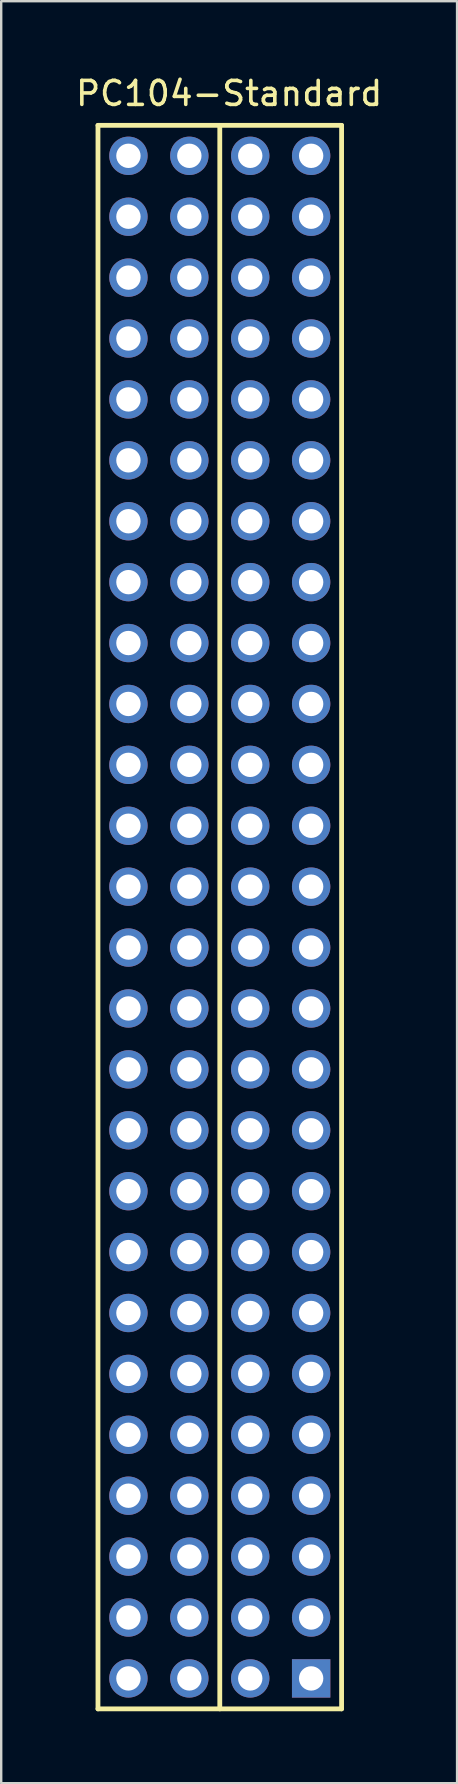
<source format=kicad_pcb>
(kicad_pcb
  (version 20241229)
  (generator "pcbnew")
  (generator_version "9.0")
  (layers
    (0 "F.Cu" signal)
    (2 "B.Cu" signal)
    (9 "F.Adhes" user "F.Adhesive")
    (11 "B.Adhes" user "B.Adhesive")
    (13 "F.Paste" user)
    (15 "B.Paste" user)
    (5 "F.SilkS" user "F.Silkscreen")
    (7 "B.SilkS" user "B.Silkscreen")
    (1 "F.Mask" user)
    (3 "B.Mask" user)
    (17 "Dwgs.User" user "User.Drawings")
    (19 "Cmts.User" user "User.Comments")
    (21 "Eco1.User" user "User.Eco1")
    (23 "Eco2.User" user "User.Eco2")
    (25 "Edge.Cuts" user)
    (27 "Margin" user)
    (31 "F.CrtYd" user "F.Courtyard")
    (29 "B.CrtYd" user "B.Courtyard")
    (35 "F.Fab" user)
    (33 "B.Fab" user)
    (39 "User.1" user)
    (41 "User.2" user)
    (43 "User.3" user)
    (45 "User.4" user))
  (footprint "PC104-Standard"
    (layer "F.Cu")
    (at 6.126 1.358)
    (property "Reference" "PC104-Standard" (at 0.38 -0.51 0) (layer "F.SilkS") (effects (font (size 1 1) (thickness 0.15))))
    (attr through_hole)
    (fp_line (start -5.09 0.82) (end 5.07 0.82) (stroke (width 0.2) (type solid)) (layer "F.SilkS"))
    (fp_line (start -5.09 66.86) (end -5.09 0.82) (stroke (width 0.2) (type solid)) (layer "F.SilkS"))
    (fp_line (start -0.01 0.82) (end -0.01 66.86) (stroke (width 0.2) (type solid)) (layer "F.SilkS"))
    (fp_line (start 5.07 0.82) (end 5.07 66.86) (stroke (width 0.2) (type solid)) (layer "F.SilkS"))
    (fp_line (start 5.07 66.86) (end -5.09 66.86) (stroke (width 0.2) (type solid)) (layer "F.SilkS"))
    (pad "1" thru_hole rect (at 3.8 65.59) (size 1.6 1.6) (drill 1.016) (layers "*.Cu" "*.Mask"))
    (pad "2" thru_hole circle (at 1.26 65.59) (size 1.6 1.6) (drill 1.016) (layers "*.Cu" "*.Mask"))
    (pad "3" thru_hole circle (at 3.8 63.05) (size 1.6 1.6) (drill 1.016) (layers "*.Cu" "*.Mask"))
    (pad "4" thru_hole circle (at 1.26 63.05) (size 1.6 1.6) (drill 1.016) (layers "*.Cu" "*.Mask"))
    (pad "5" thru_hole circle (at 3.8 60.51) (size 1.6 1.6) (drill 1.016) (layers "*.Cu" "*.Mask"))
    (pad "6" thru_hole circle (at 1.26 60.51) (size 1.6 1.6) (drill 1.016) (layers "*.Cu" "*.Mask"))
    (pad "7" thru_hole circle (at 3.8 57.97) (size 1.6 1.6) (drill 1.016) (layers "*.Cu" "*.Mask"))
    (pad "8" thru_hole circle (at 1.26 57.97) (size 1.6 1.6) (drill 1.016) (layers "*.Cu" "*.Mask"))
    (pad "9" thru_hole circle (at 3.8 55.43) (size 1.6 1.6) (drill 1.016) (layers "*.Cu" "*.Mask"))
    (pad "10" thru_hole circle (at 1.26 55.43) (size 1.6 1.6) (drill 1.016) (layers "*.Cu" "*.Mask"))
    (pad "11" thru_hole circle (at 3.8 52.89) (size 1.6 1.6) (drill 1.016) (layers "*.Cu" "*.Mask"))
    (pad "12" thru_hole circle (at 1.26 52.89) (size 1.6 1.6) (drill 1.016) (layers "*.Cu" "*.Mask"))
    (pad "13" thru_hole circle (at 3.8 50.35) (size 1.6 1.6) (drill 1.016) (layers "*.Cu" "*.Mask"))
    (pad "14" thru_hole circle (at 1.26 50.35) (size 1.6 1.6) (drill 1.016) (layers "*.Cu" "*.Mask"))
    (pad "15" thru_hole circle (at 3.8 47.81) (size 1.6 1.6) (drill 1.016) (layers "*.Cu" "*.Mask"))
    (pad "16" thru_hole circle (at 1.26 47.81) (size 1.6 1.6) (drill 1.016) (layers "*.Cu" "*.Mask"))
    (pad "17" thru_hole circle (at 3.8 45.27) (size 1.6 1.6) (drill 1.016) (layers "*.Cu" "*.Mask"))
    (pad "18" thru_hole circle (at 1.26 45.27) (size 1.6 1.6) (drill 1.016) (layers "*.Cu" "*.Mask"))
    (pad "19" thru_hole circle (at 3.8 42.73) (size 1.6 1.6) (drill 1.016) (layers "*.Cu" "*.Mask"))
    (pad "20" thru_hole circle (at 1.26 42.73) (size 1.6 1.6) (drill 1.016) (layers "*.Cu" "*.Mask"))
    (pad "21" thru_hole circle (at 3.8 40.19) (size 1.6 1.6) (drill 1.016) (layers "*.Cu" "*.Mask"))
    (pad "22" thru_hole circle (at 1.26 40.19) (size 1.6 1.6) (drill 1.016) (layers "*.Cu" "*.Mask"))
    (pad "23" thru_hole circle (at 3.8 37.65) (size 1.6 1.6) (drill 1.016) (layers "*.Cu" "*.Mask"))
    (pad "24" thru_hole circle (at 1.26 37.65) (size 1.6 1.6) (drill 1.016) (layers "*.Cu" "*.Mask"))
    (pad "25" thru_hole circle (at 3.8 35.11) (size 1.6 1.6) (drill 1.016) (layers "*.Cu" "*.Mask"))
    (pad "26" thru_hole circle (at 1.26 35.11) (size 1.6 1.6) (drill 1.016) (layers "*.Cu" "*.Mask"))
    (pad "27" thru_hole circle (at 3.8 32.57) (size 1.6 1.6) (drill 1.016) (layers "*.Cu" "*.Mask"))
    (pad "28" thru_hole circle (at 1.26 32.57) (size 1.6 1.6) (drill 1.016) (layers "*.Cu" "*.Mask"))
    (pad "29" thru_hole circle (at 3.8 30.03) (size 1.6 1.6) (drill 1.016) (layers "*.Cu" "*.Mask"))
    (pad "30" thru_hole circle (at 1.26 30.03) (size 1.6 1.6) (drill 1.016) (layers "*.Cu" "*.Mask"))
    (pad "31" thru_hole circle (at 3.8 27.49) (size 1.6 1.6) (drill 1.016) (layers "*.Cu" "*.Mask"))
    (pad "32" thru_hole circle (at 1.26 27.49) (size 1.6 1.6) (drill 1.016) (layers "*.Cu" "*.Mask"))
    (pad "33" thru_hole circle (at 3.8 24.95) (size 1.6 1.6) (drill 1.016) (layers "*.Cu" "*.Mask"))
    (pad "34" thru_hole circle (at 1.26 24.95) (size 1.6 1.6) (drill 1.016) (layers "*.Cu" "*.Mask"))
    (pad "35" thru_hole circle (at 3.8 22.41) (size 1.6 1.6) (drill 1.016) (layers "*.Cu" "*.Mask"))
    (pad "36" thru_hole circle (at 1.26 22.41) (size 1.6 1.6) (drill 1.016) (layers "*.Cu" "*.Mask"))
    (pad "37" thru_hole circle (at 3.8 19.87) (size 1.6 1.6) (drill 1.016) (layers "*.Cu" "*.Mask"))
    (pad "38" thru_hole circle (at 1.26 19.87) (size 1.6 1.6) (drill 1.016) (layers "*.Cu" "*.Mask"))
    (pad "39" thru_hole circle (at 3.8 17.33) (size 1.6 1.6) (drill 1.016) (layers "*.Cu" "*.Mask"))
    (pad "40" thru_hole circle (at 1.26 17.33) (size 1.6 1.6) (drill 1.016) (layers "*.Cu" "*.Mask"))
    (pad "41" thru_hole circle (at 3.8 14.79) (size 1.6 1.6) (drill 1.016) (layers "*.Cu" "*.Mask"))
    (pad "42" thru_hole circle (at 1.26 14.79) (size 1.6 1.6) (drill 1.016) (layers "*.Cu" "*.Mask"))
    (pad "43" thru_hole circle (at 3.8 12.25) (size 1.6 1.6) (drill 1.016) (layers "*.Cu" "*.Mask"))
    (pad "44" thru_hole circle (at 1.26 12.25) (size 1.6 1.6) (drill 1.016) (layers "*.Cu" "*.Mask"))
    (pad "45" thru_hole circle (at 3.8 9.71) (size 1.6 1.6) (drill 1.016) (layers "*.Cu" "*.Mask"))
    (pad "46" thru_hole circle (at 1.26 9.71) (size 1.6 1.6) (drill 1.016) (layers "*.Cu" "*.Mask"))
    (pad "47" thru_hole circle (at 3.8 7.17) (size 1.6 1.6) (drill 1.016) (layers "*.Cu" "*.Mask"))
    (pad "48" thru_hole circle (at 1.26 7.17) (size 1.6 1.6) (drill 1.016) (layers "*.Cu" "*.Mask"))
    (pad "49" thru_hole circle (at 3.8 4.63) (size 1.6 1.6) (drill 1.016) (layers "*.Cu" "*.Mask"))
    (pad "50" thru_hole circle (at 1.26 4.63) (size 1.6 1.6) (drill 1.016) (layers "*.Cu" "*.Mask"))
    (pad "51" thru_hole circle (at 3.8 2.09) (size 1.6 1.6) (drill 1.016) (layers "*.Cu" "*.Mask"))
    (pad "52" thru_hole circle (at 1.26 2.09) (size 1.6 1.6) (drill 1.016) (layers "*.Cu" "*.Mask"))
    (pad "53" thru_hole circle (at -1.28 65.59) (size 1.6 1.6) (drill 1.016) (layers "*.Cu" "*.Mask"))
    (pad "54" thru_hole circle (at -3.82 65.59) (size 1.6 1.6) (drill 1.016) (layers "*.Cu" "*.Mask"))
    (pad "55" thru_hole circle (at -1.28 63.05) (size 1.6 1.6) (drill 1.016) (layers "*.Cu" "*.Mask"))
    (pad "56" thru_hole circle (at -3.82 63.05) (size 1.6 1.6) (drill 1.016) (layers "*.Cu" "*.Mask"))
    (pad "57" thru_hole circle (at -1.28 60.51 90) (size 1.6 1.6) (drill 1.016) (layers "*.Cu" "*.Mask"))
    (pad "58" thru_hole circle (at -3.82 60.51) (size 1.6 1.6) (drill 1.016) (layers "*.Cu" "*.Mask"))
    (pad "59" thru_hole circle (at -1.28 57.97) (size 1.6 1.6) (drill 1.016) (layers "*.Cu" "*.Mask"))
    (pad "60" thru_hole circle (at -3.82 57.97) (size 1.6 1.6) (drill 1.016) (layers "*.Cu" "*.Mask"))
    (pad "61" thru_hole circle (at -1.28 55.43) (size 1.6 1.6) (drill 1.016) (layers "*.Cu" "*.Mask"))
    (pad "62" thru_hole circle (at -3.82 55.43) (size 1.6 1.6) (drill 1.016) (layers "*.Cu" "*.Mask"))
    (pad "63" thru_hole circle (at -1.28 52.89) (size 1.6 1.6) (drill 1.016) (layers "*.Cu" "*.Mask"))
    (pad "64" thru_hole circle (at -3.82 52.89) (size 1.6 1.6) (drill 1.016) (layers "*.Cu" "*.Mask"))
    (pad "65" thru_hole circle (at -1.28 50.35) (size 1.6 1.6) (drill 1.016) (layers "*.Cu" "*.Mask"))
    (pad "66" thru_hole circle (at -3.82 50.35) (size 1.6 1.6) (drill 1.016) (layers "*.Cu" "*.Mask"))
    (pad "67" thru_hole circle (at -1.28 47.81) (size 1.6 1.6) (drill 1.016) (layers "*.Cu" "*.Mask"))
    (pad "68" thru_hole circle (at -3.82 47.81) (size 1.6 1.6) (drill 1.016) (layers "*.Cu" "*.Mask"))
    (pad "69" thru_hole circle (at -1.28 45.27) (size 1.6 1.6) (drill 1.016) (layers "*.Cu" "*.Mask"))
    (pad "70" thru_hole circle (at -3.82 45.27) (size 1.6 1.6) (drill 1.016) (layers "*.Cu" "*.Mask"))
    (pad "71" thru_hole circle (at -1.28 42.73) (size 1.6 1.6) (drill 1.016) (layers "*.Cu" "*.Mask"))
    (pad "72" thru_hole circle (at -3.82 42.73) (size 1.6 1.6) (drill 1.016) (layers "*.Cu" "*.Mask"))
    (pad "73" thru_hole circle (at -1.28 40.19) (size 1.6 1.6) (drill 1.016) (layers "*.Cu" "*.Mask"))
    (pad "74" thru_hole circle (at -3.82 40.19) (size 1.6 1.6) (drill 1.016) (layers "*.Cu" "*.Mask"))
    (pad "75" thru_hole circle (at -1.28 37.65) (size 1.6 1.6) (drill 1.016) (layers "*.Cu" "*.Mask"))
    (pad "76" thru_hole circle (at -3.82 37.65) (size 1.6 1.6) (drill 1.016) (layers "*.Cu" "*.Mask"))
    (pad "77" thru_hole circle (at -1.28 35.11) (size 1.6 1.6) (drill 1.016) (layers "*.Cu" "*.Mask"))
    (pad "78" thru_hole circle (at -3.82 35.11) (size 1.6 1.6) (drill 1.016) (layers "*.Cu" "*.Mask"))
    (pad "79" thru_hole circle (at -1.28 32.57) (size 1.6 1.6) (drill 1.016) (layers "*.Cu" "*.Mask"))
    (pad "80" thru_hole circle (at -3.82 32.57) (size 1.6 1.6) (drill 1.016) (layers "*.Cu" "*.Mask"))
    (pad "81" thru_hole circle (at -1.28 30.03) (size 1.6 1.6) (drill 1.016) (layers "*.Cu" "*.Mask"))
    (pad "82" thru_hole circle (at -3.82 30.03) (size 1.6 1.6) (drill 1.016) (layers "*.Cu" "*.Mask"))
    (pad "83" thru_hole circle (at -1.28 27.49) (size 1.6 1.6) (drill 1.016) (layers "*.Cu" "*.Mask"))
    (pad "84" thru_hole circle (at -3.82 27.49) (size 1.6 1.6) (drill 1.016) (layers "*.Cu" "*.Mask"))
    (pad "85" thru_hole circle (at -1.28 24.95) (size 1.6 1.6) (drill 1.016) (layers "*.Cu" "*.Mask"))
    (pad "86" thru_hole circle (at -3.82 24.95) (size 1.6 1.6) (drill 1.016) (layers "*.Cu" "*.Mask"))
    (pad "87" thru_hole circle (at -1.28 22.41) (size 1.6 1.6) (drill 1.016) (layers "*.Cu" "*.Mask"))
    (pad "88" thru_hole circle (at -3.82 22.41) (size 1.6 1.6) (drill 1.016) (layers "*.Cu" "*.Mask"))
    (pad "89" thru_hole circle (at -1.28 19.87) (size 1.6 1.6) (drill 1.016) (layers "*.Cu" "*.Mask"))
    (pad "90" thru_hole circle (at -3.82 19.87) (size 1.6 1.6) (drill 1.016) (layers "*.Cu" "*.Mask"))
    (pad "91" thru_hole circle (at -1.28 17.33) (size 1.6 1.6) (drill 1.016) (layers "*.Cu" "*.Mask"))
    (pad "92" thru_hole circle (at -3.82 17.33) (size 1.6 1.6) (drill 1.016) (layers "*.Cu" "*.Mask"))
    (pad "93" thru_hole circle (at -1.28 14.79) (size 1.6 1.6) (drill 1.016) (layers "*.Cu" "*.Mask"))
    (pad "94" thru_hole circle (at -3.82 14.79) (size 1.6 1.6) (drill 1.016) (layers "*.Cu" "*.Mask"))
    (pad "95" thru_hole circle (at -1.28 12.25) (size 1.6 1.6) (drill 1.016) (layers "*.Cu" "*.Mask"))
    (pad "96" thru_hole circle (at -3.82 12.25) (size 1.6 1.6) (drill 1.016) (layers "*.Cu" "*.Mask"))
    (pad "97" thru_hole circle (at -1.28 9.71) (size 1.6 1.6) (drill 1.016) (layers "*.Cu" "*.Mask"))
    (pad "98" thru_hole circle (at -3.82 9.71) (size 1.6 1.6) (drill 1.016) (layers "*.Cu" "*.Mask"))
    (pad "99" thru_hole circle (at -1.28 7.17) (size 1.6 1.6) (drill 1.016) (layers "*.Cu" "*.Mask"))
    (pad "100" thru_hole circle (at -3.82 7.17) (size 1.6 1.6) (drill 1.016) (layers "*.Cu" "*.Mask"))
    (pad "101" thru_hole circle (at -1.28 4.63) (size 1.6 1.6) (drill 1.016) (layers "*.Cu" "*.Mask"))
    (pad "102" thru_hole circle (at -3.82 4.63) (size 1.6 1.6) (drill 1.016) (layers "*.Cu" "*.Mask"))
    (pad "103" thru_hole circle (at -1.28 2.09) (size 1.6 1.6) (drill 1.016) (layers "*.Cu" "*.Mask"))
    (pad "104" thru_hole circle (at -3.82 2.09) (size 1.6 1.6) (drill 1.016) (layers "*.Cu" "*.Mask")))
  (gr_rect
    (start -3 -3)
    (end 16.012 71.318)
    (stroke (width 0.1) (type default))
    (fill no)
    (layer "Edge.Cuts")))
</source>
